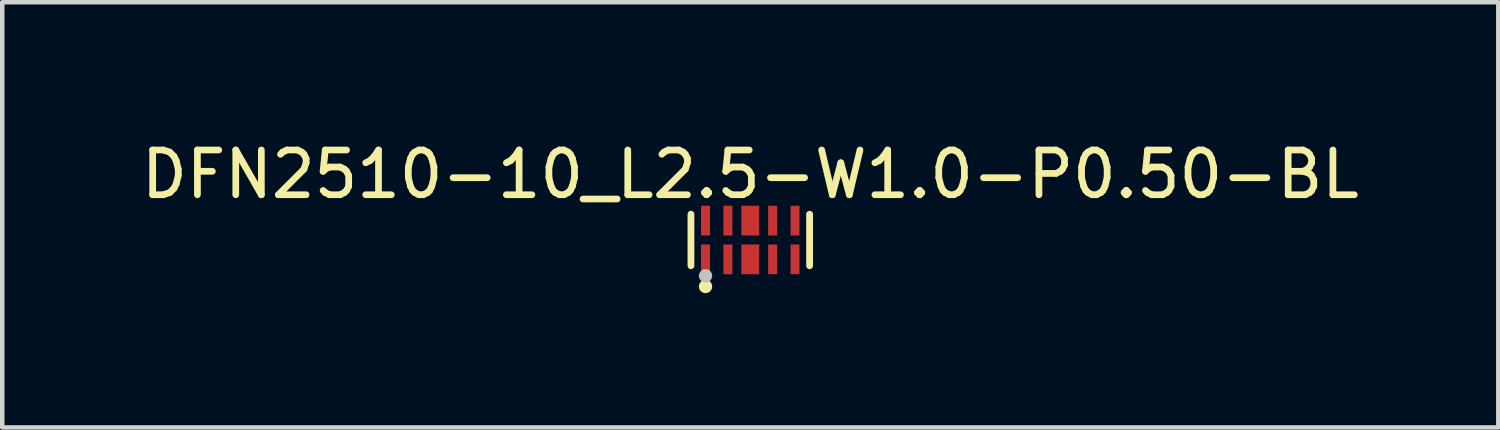
<source format=kicad_pcb>
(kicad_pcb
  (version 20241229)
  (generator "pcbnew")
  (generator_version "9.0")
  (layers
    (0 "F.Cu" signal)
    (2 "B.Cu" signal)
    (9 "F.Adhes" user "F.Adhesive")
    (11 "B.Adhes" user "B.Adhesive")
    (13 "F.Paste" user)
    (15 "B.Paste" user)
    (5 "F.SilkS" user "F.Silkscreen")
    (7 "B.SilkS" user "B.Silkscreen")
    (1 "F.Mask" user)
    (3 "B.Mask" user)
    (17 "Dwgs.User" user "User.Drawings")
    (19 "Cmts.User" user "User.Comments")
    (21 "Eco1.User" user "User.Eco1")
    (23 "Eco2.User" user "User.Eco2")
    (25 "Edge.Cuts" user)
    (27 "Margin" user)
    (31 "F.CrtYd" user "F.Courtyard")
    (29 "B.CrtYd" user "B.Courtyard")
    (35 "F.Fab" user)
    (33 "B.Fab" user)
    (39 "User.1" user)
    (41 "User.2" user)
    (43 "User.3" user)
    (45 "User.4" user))
  (footprint "DFN2510-10_L2.5-W1.0-P0.50-BL"
    (layer "F.Cu")
    (at 13.72 2.314)
    (property "Reference" "DFN2510-10_L2.5-W1.0-P0.50-BL" (at 0 -1.466 0) (layer "F.SilkS") (effects (font (size 1 1) (thickness 0.15))))
    (fp_line (start -1.326 0.576) (end -1.326 -0.576) (stroke (width 0.152) (type default)) (layer "F.SilkS"))
    (fp_line (start 1.326 0.576) (end 1.326 -0.576) (stroke (width 0.152) (type default)) (layer "F.SilkS"))
    (fp_circle (center -1 1.04) (end -0.925 1.04) (stroke (width 0.15) (type default)) (fill no) (layer "F.SilkS"))
    (fp_poly (pts (xy -1.101 0.101) (xy -0.9 0.101) (xy -0.9 0.765) (xy -1.1 0.765)) (stroke (width 0) (type default)) (fill yes) (layer "F.Paste"))
    (fp_poly (pts (xy -0.601 0.101) (xy -0.4 0.101) (xy -0.4 0.765) (xy -0.6 0.765)) (stroke (width 0) (type default)) (fill yes) (layer "F.Paste"))
    (fp_poly (pts (xy -0.2 -0.765) (xy 0.2 -0.765) (xy 0.2 -0.1) (xy -0.2 -0.1)) (stroke (width 0) (type default)) (fill yes) (layer "F.Paste"))
    (fp_poly (pts (xy -0.2 0.1) (xy 0.2 0.1) (xy 0.2 0.765) (xy -0.2 0.765)) (stroke (width 0) (type default)) (fill yes) (layer "F.Paste"))
    (fp_poly (pts (xy 0.399 0.101) (xy 0.601 0.101) (xy 0.601 0.765) (xy 0.4 0.765)) (stroke (width 0) (type default)) (fill yes) (layer "F.Paste"))
    (fp_poly (pts (xy 0.899 0.101) (xy 1.1 0.101) (xy 1.1 0.765) (xy 0.9 0.765)) (stroke (width 0) (type default)) (fill yes) (layer "F.Paste"))
    (fp_poly (pts (xy -1.101 -0.765) (xy -0.9 -0.765) (xy -0.9 -0.101) (xy -1.1 -0.101) (xy -1.1 -0.101)) (stroke (width 0) (type default)) (fill yes) (layer "F.Paste"))
    (fp_poly (pts (xy -0.601 -0.765) (xy -0.4 -0.765) (xy -0.4 -0.101) (xy -0.6 -0.101) (xy -0.6 -0.101)) (stroke (width 0) (type default)) (fill yes) (layer "F.Paste"))
    (fp_poly (pts (xy 0.399 -0.765) (xy 0.601 -0.765) (xy 0.601 -0.101) (xy 0.4 -0.101) (xy 0.4 -0.101)) (stroke (width 0) (type default)) (fill yes) (layer "F.Paste"))
    (fp_poly (pts (xy 0.899 -0.765) (xy 1.1 -0.765) (xy 1.1 -0.101) (xy 0.9 -0.101) (xy 0.9 -0.101)) (stroke (width 0) (type default)) (fill yes) (layer "F.Paste"))
    (fp_circle (center -1 0.8) (end -0.925 0.8) (stroke (width 0.15) (type default)) (fill no) (layer "Dwgs.User"))
    (fp_poly (pts (xy -1.1 -0.5) (xy -1.1 -0.1) (xy -0.9 -0.1) (xy -0.9 -0.5)) (stroke (width 0.1) (type default)) (fill no) (layer "User.1"))
    (fp_poly (pts (xy -1.1 0.5) (xy -1.1 0.1) (xy -0.9 0.1) (xy -0.9 0.5)) (stroke (width 0.1) (type default)) (fill no) (layer "User.1"))
    (fp_poly (pts (xy -0.6 -0.5) (xy -0.6 -0.1) (xy -0.4 -0.1) (xy -0.4 -0.5)) (stroke (width 0.1) (type default)) (fill no) (layer "User.1"))
    (fp_poly (pts (xy -0.6 0.5) (xy -0.6 0.1) (xy -0.4 0.1) (xy -0.4 0.5)) (stroke (width 0.1) (type default)) (fill no) (layer "User.1"))
    (fp_poly (pts (xy -0.2 -0.5) (xy 0.2 -0.5) (xy 0.2 -0.1) (xy -0.2 -0.1)) (stroke (width 0.1) (type default)) (fill no) (layer "User.1"))
    (fp_poly (pts (xy -0.2 0.1) (xy 0.2 0.1) (xy 0.2 0.5) (xy -0.2 0.5)) (stroke (width 0.1) (type default)) (fill no) (layer "User.1"))
    (fp_poly (pts (xy 0.4 -0.5) (xy 0.4 -0.1) (xy 0.6 -0.1) (xy 0.6 -0.5)) (stroke (width 0.1) (type default)) (fill no) (layer "User.1"))
    (fp_poly (pts (xy 0.4 0.5) (xy 0.4 0.1) (xy 0.6 0.1) (xy 0.6 0.5)) (stroke (width 0.1) (type default)) (fill no) (layer "User.1"))
    (fp_poly (pts (xy 0.9 -0.5) (xy 0.9 -0.1) (xy 1.1 -0.1) (xy 1.1 -0.5)) (stroke (width 0.1) (type default)) (fill no) (layer "User.1"))
    (fp_poly (pts (xy 0.9 0.5) (xy 0.9 0.1) (xy 1.1 0.1) (xy 1.1 0.5)) (stroke (width 0.1) (type default)) (fill no) (layer "User.1"))
    (fp_line (start -1.25 -0.5) (end 1.25 -0.5) (stroke (width 0.051) (type default)) (layer "User.2"))
    (fp_line (start -1.25 0.5) (end -1.25 -0.5) (stroke (width 0.051) (type default)) (layer "User.2"))
    (fp_line (start 1.25 -0.5) (end 1.25 0.5) (stroke (width 0.051) (type default)) (layer "User.2"))
    (fp_line (start 1.25 0.5) (end -1.25 0.5) (stroke (width 0.051) (type default)) (layer "User.2"))
    (fp_poly (pts (xy -1.195 0.477) (xy -1.227 0.445) (xy -1.273 0.445) (xy -1.305 0.477) (xy -1.305 0.523) (xy -1.273 0.555) (xy -1.227 0.555) (xy -1.195 0.523)) (stroke (width 0.1) (type default)) (fill no) (layer "User.3"))
    (pad "1" smd rect (at -1 0.433) (size 0.2 0.665) (layers "F.Cu" "F.Mask" "F.Paste"))
    (pad "2" smd rect (at -0.5 0.433) (size 0.2 0.665) (layers "F.Cu" "F.Mask" "F.Paste"))
    (pad "3" smd rect (at 0 0.433) (size 0.4 0.665) (layers "F.Cu" "F.Mask" "F.Paste"))
    (pad "4" smd rect (at 0.5 0.433) (size 0.2 0.665) (layers "F.Cu" "F.Mask" "F.Paste"))
    (pad "5" smd rect (at 1 0.433) (size 0.2 0.665) (layers "F.Cu" "F.Mask" "F.Paste"))
    (pad "6" smd rect (at 1 -0.433) (size 0.2 0.665) (layers "F.Cu" "F.Mask" "F.Paste"))
    (pad "7" smd rect (at 0.5 -0.433) (size 0.2 0.665) (layers "F.Cu" "F.Mask" "F.Paste"))
    (pad "8" smd rect (at 0 -0.433) (size 0.4 0.665) (layers "F.Cu" "F.Mask" "F.Paste"))
    (pad "9" smd rect (at -0.5 -0.433) (size 0.2 0.665) (layers "F.Cu" "F.Mask" "F.Paste"))
    (pad "10" smd rect (at -1 -0.433) (size 0.2 0.665) (layers "F.Cu" "F.Mask" "F.Paste")))
  (gr_rect
    (start -3 -3)
    (end 30.44 6.504)
    (stroke (width 0.1) (type default))
    (fill no)
    (layer "Edge.Cuts")))
</source>
